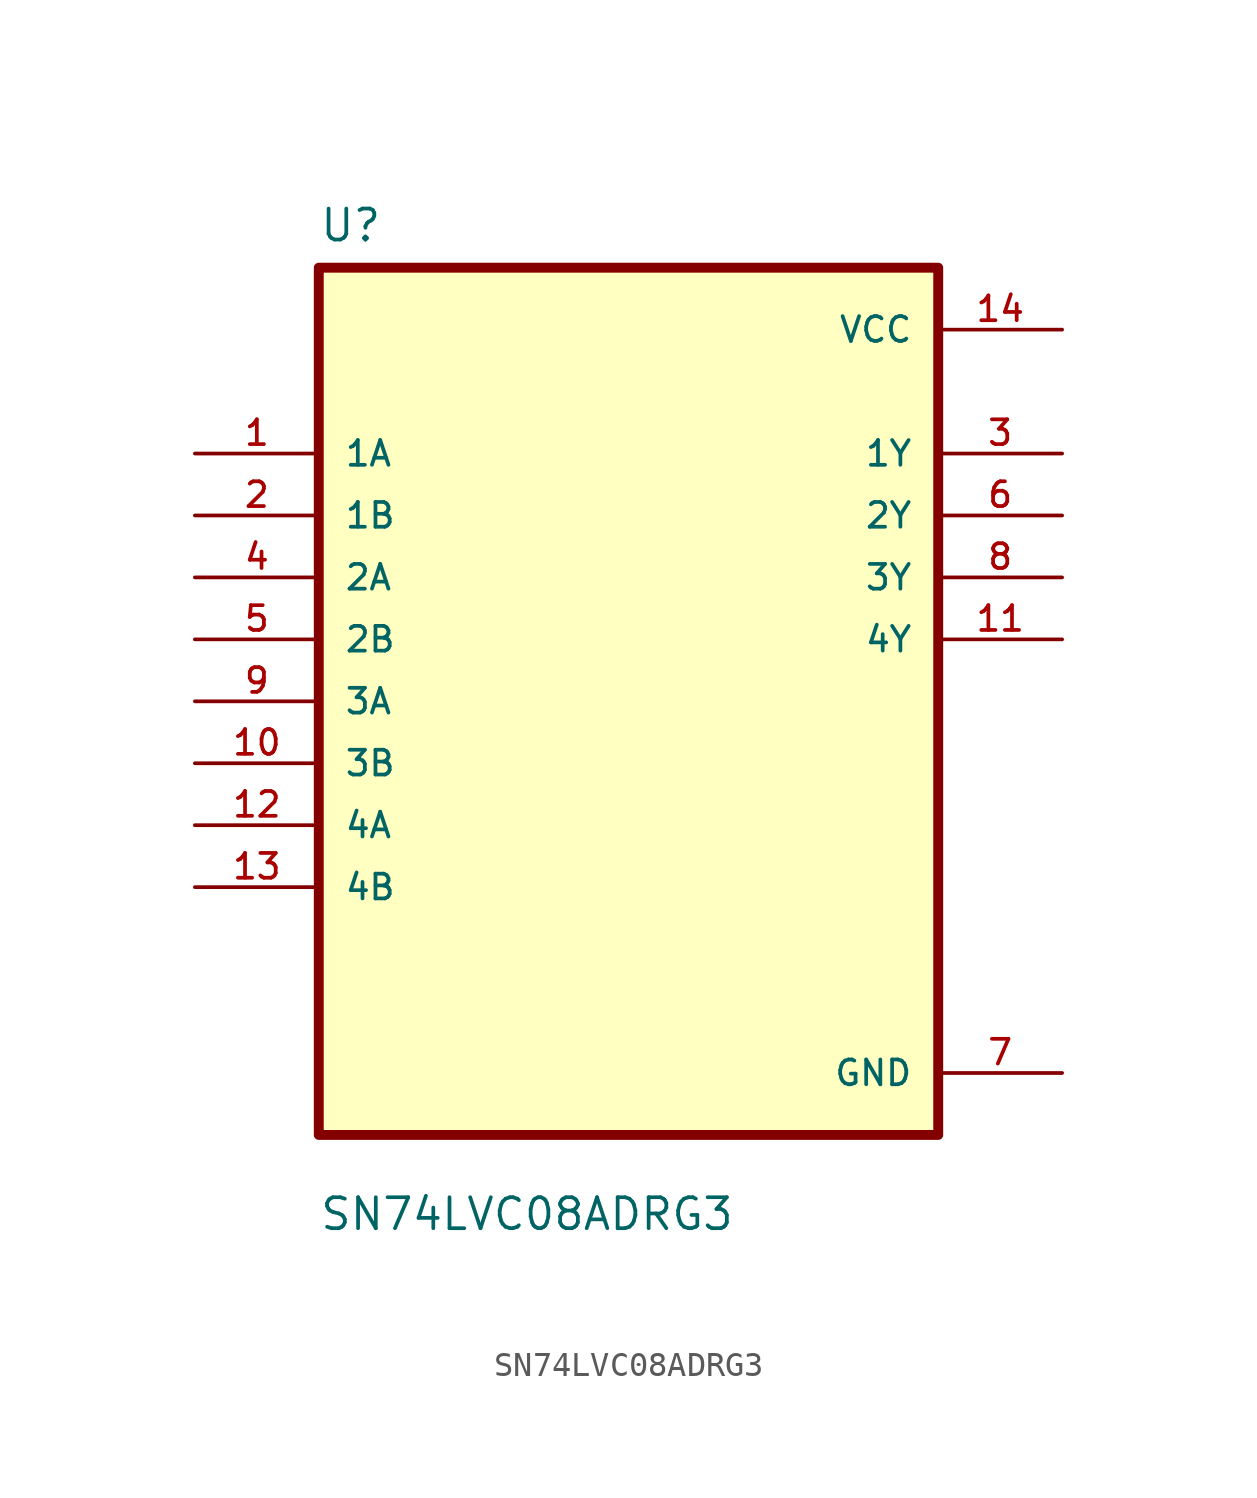
<source format=kicad_sym>
(kicad_symbol_lib
  (version 20211014)
  (generator kicad_symbol_editor)
  (symbol "SN74LVC08ADRG3"
    (pin_names
      (offset 1.016))
    (property "Reference" "U"
      (at -12.7 18.771 0)
      (effects (font (size 1.27 1.27)) (justify left bottom)))
    (property "Value" "SN74LVC08ADRG3"
      (at -12.7 -21.768 0)
      (effects (font (size 1.27 1.27)) (justify left bottom)))
    (property "ki_locked" ""
      (at 0 0 0)
      (effects (font (size 1.27 1.27))))
    (symbol "SN74LVC08ADRG3_0_0"
      (rectangle (start -12.7 -17.78) (end 12.7 17.78) (stroke (width 0.406) (type default) (color 0 0 0 0)) (fill (type background)))
      (pin input line (at -17.78 10.16 0) (length 5.08) (name "1A" (effects (font (size 1.016 1.016)))) (number "1" (effects (font (size 1.016 1.016)))))
      (pin input line (at -17.78 -2.54 0) (length 5.08) (name "3B" (effects (font (size 1.016 1.016)))) (number "10" (effects (font (size 1.016 1.016)))))
      (pin output line (at 17.78 2.54 180) (length 5.08) (name "4Y" (effects (font (size 1.016 1.016)))) (number "11" (effects (font (size 1.016 1.016)))))
      (pin input line (at -17.78 -5.08 0) (length 5.08) (name "4A" (effects (font (size 1.016 1.016)))) (number "12" (effects (font (size 1.016 1.016)))))
      (pin input line (at -17.78 -7.62 0) (length 5.08) (name "4B" (effects (font (size 1.016 1.016)))) (number "13" (effects (font (size 1.016 1.016)))))
      (pin power_in line (at 17.78 15.24 180) (length 5.08) (name "VCC" (effects (font (size 1.016 1.016)))) (number "14" (effects (font (size 1.016 1.016)))))
      (pin input line (at -17.78 7.62 0) (length 5.08) (name "1B" (effects (font (size 1.016 1.016)))) (number "2" (effects (font (size 1.016 1.016)))))
      (pin output line (at 17.78 10.16 180) (length 5.08) (name "1Y" (effects (font (size 1.016 1.016)))) (number "3" (effects (font (size 1.016 1.016)))))
      (pin input line (at -17.78 5.08 0) (length 5.08) (name "2A" (effects (font (size 1.016 1.016)))) (number "4" (effects (font (size 1.016 1.016)))))
      (pin input line (at -17.78 2.54 0) (length 5.08) (name "2B" (effects (font (size 1.016 1.016)))) (number "5" (effects (font (size 1.016 1.016)))))
      (pin output line (at 17.78 7.62 180) (length 5.08) (name "2Y" (effects (font (size 1.016 1.016)))) (number "6" (effects (font (size 1.016 1.016)))))
      (pin power_in line (at 17.78 -15.24 180) (length 5.08) (name "GND" (effects (font (size 1.016 1.016)))) (number "7" (effects (font (size 1.016 1.016)))))
      (pin output line (at 17.78 5.08 180) (length 5.08) (name "3Y" (effects (font (size 1.016 1.016)))) (number "8" (effects (font (size 1.016 1.016)))))
      (pin input line (at -17.78 0 0) (length 5.08) (name "3A" (effects (font (size 1.016 1.016)))) (number "9" (effects (font (size 1.016 1.016))))))))
</source>
